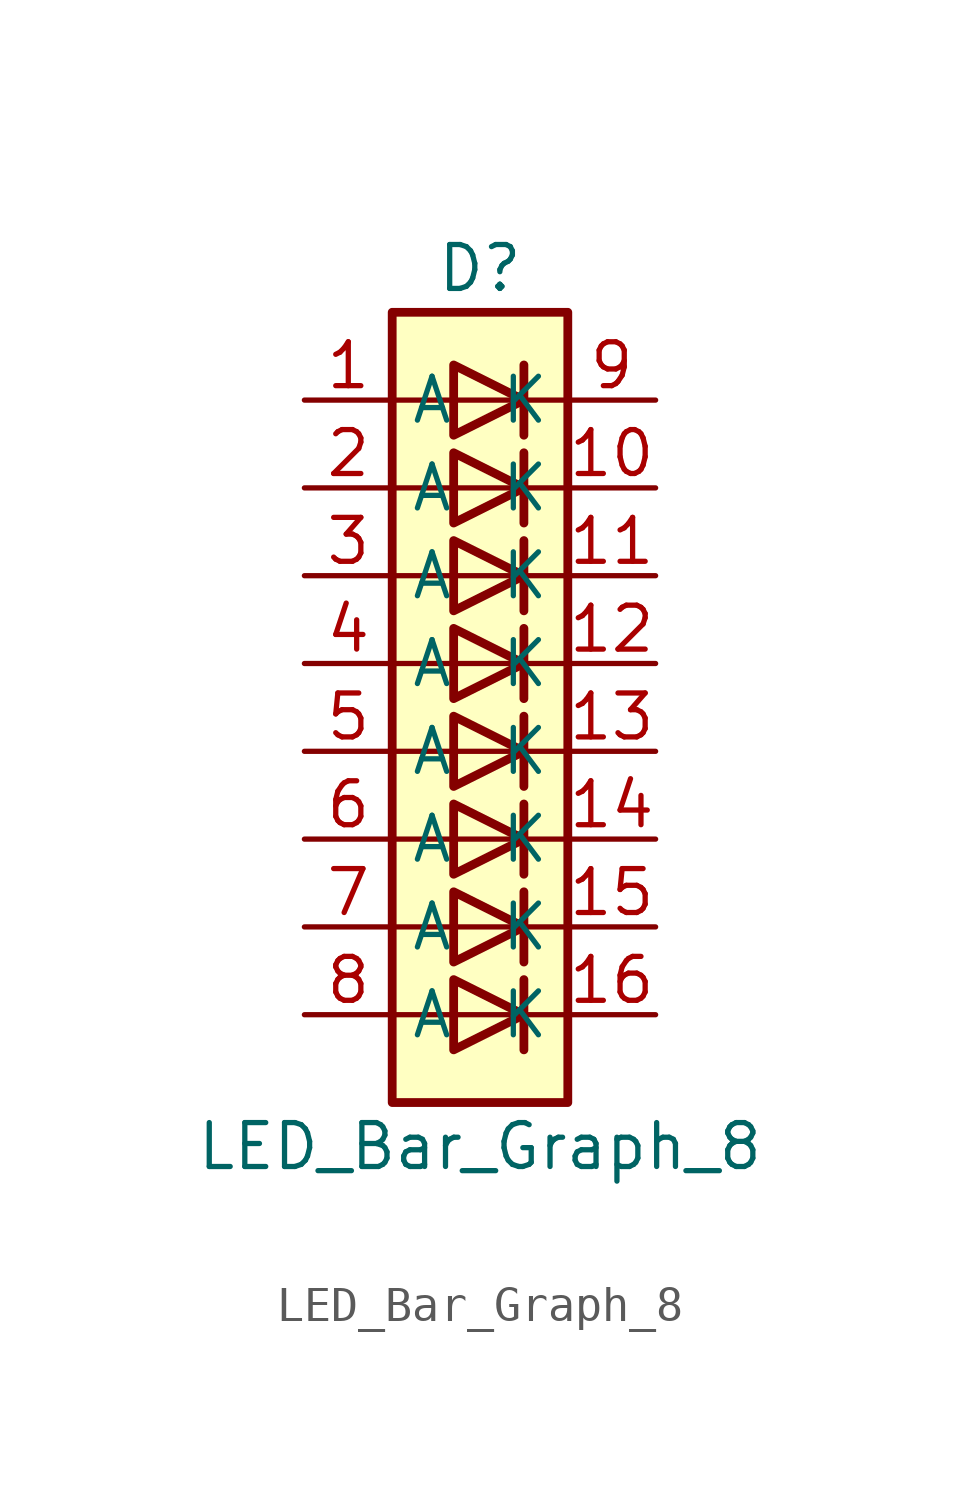
<source format=kicad_sym>
(kicad_symbol_lib
  (version 20211014)
  (generator kicad_symbol_editor)
  (symbol "LED_Bar_Graph_8"
    (property "Reference" "D"
      (at 5.08 3.81 0)
      (effects (font (size 1.27 1.27))))
    (property "Value" "LED_Bar_Graph_8"
      (at 5.08 -21.59 0)
      (effects (font (size 1.27 1.27))))
    (symbol "LED_Bar_Graph_8_0_1"
      (polyline (pts (xy 2.54 -17.78) (xy 7.62 -17.78)) (stroke (width 0) (type default) (color 0 0 0 0)) (fill (type none)))
      (polyline (pts (xy 2.54 -15.24) (xy 7.62 -15.24)) (stroke (width 0) (type default) (color 0 0 0 0)) (fill (type none)))
      (polyline (pts (xy 2.54 -10.16) (xy 7.62 -10.16)) (stroke (width 0) (type default) (color 0 0 0 0)) (fill (type none)))
      (polyline (pts (xy 2.54 -5.08) (xy 7.62 -5.08)) (stroke (width 0) (type default) (color 0 0 0 0)) (fill (type none)))
      (polyline (pts (xy 2.54 -2.54) (xy 7.62 -2.54)) (stroke (width 0) (type default) (color 0 0 0 0)) (fill (type none)))
      (polyline (pts (xy 2.54 0) (xy 7.62 0)) (stroke (width 0) (type default) (color 0 0 0 0)) (fill (type none)))
      (polyline (pts (xy 6.35 -16.764) (xy 6.35 -18.796)) (stroke (width 0.254) (type default) (color 0 0 0 0)) (fill (type none)))
      (polyline (pts (xy 6.35 -14.224) (xy 6.35 -16.256)) (stroke (width 0.254) (type default) (color 0 0 0 0)) (fill (type none)))
      (polyline (pts (xy 6.35 -11.684) (xy 6.35 -13.716)) (stroke (width 0.254) (type default) (color 0 0 0 0)) (fill (type none)))
      (polyline (pts (xy 6.35 -9.144) (xy 6.35 -11.176)) (stroke (width 0.254) (type default) (color 0 0 0 0)) (fill (type none)))
      (polyline (pts (xy 6.35 -6.604) (xy 6.35 -8.636)) (stroke (width 0.254) (type default) (color 0 0 0 0)) (fill (type none)))
      (polyline (pts (xy 6.35 -4.064) (xy 6.35 -6.096)) (stroke (width 0.254) (type default) (color 0 0 0 0)) (fill (type none)))
      (polyline (pts (xy 6.35 -1.524) (xy 6.35 -3.556)) (stroke (width 0.254) (type default) (color 0 0 0 0)) (fill (type none)))
      (polyline (pts (xy 6.35 1.016) (xy 6.35 -1.016)) (stroke (width 0.254) (type default) (color 0 0 0 0)) (fill (type none)))
      (polyline (pts (xy 7.62 -12.7) (xy 2.54 -12.7)) (stroke (width 0) (type default) (color 0 0 0 0)) (fill (type none)))
      (polyline (pts (xy 7.62 -7.62) (xy 2.54 -7.62)) (stroke (width 0) (type default) (color 0 0 0 0)) (fill (type none)))
      (polyline (pts (xy 4.318 -16.764) (xy 4.318 -18.796) (xy 6.35 -17.78) (xy 4.318 -16.764)) (stroke (width 0.254) (type default) (color 0 0 0 0)) (fill (type none)))
      (polyline (pts (xy 4.318 -14.224) (xy 4.318 -16.256) (xy 6.35 -15.24) (xy 4.318 -14.224)) (stroke (width 0.254) (type default) (color 0 0 0 0)) (fill (type none)))
      (polyline (pts (xy 4.318 -11.684) (xy 4.318 -13.716) (xy 6.35 -12.7) (xy 4.318 -11.684)) (stroke (width 0.254) (type default) (color 0 0 0 0)) (fill (type none)))
      (polyline (pts (xy 4.318 -9.144) (xy 4.318 -11.176) (xy 6.35 -10.16) (xy 4.318 -9.144)) (stroke (width 0.254) (type default) (color 0 0 0 0)) (fill (type none)))
      (polyline (pts (xy 4.318 -6.604) (xy 4.318 -8.636) (xy 6.35 -7.62) (xy 4.318 -6.604)) (stroke (width 0.254) (type default) (color 0 0 0 0)) (fill (type none)))
      (polyline (pts (xy 4.318 -4.064) (xy 4.318 -6.096) (xy 6.35 -5.08) (xy 4.318 -4.064)) (stroke (width 0.254) (type default) (color 0 0 0 0)) (fill (type none)))
      (polyline (pts (xy 4.318 -1.524) (xy 4.318 -3.556) (xy 6.35 -2.54) (xy 4.318 -1.524)) (stroke (width 0.254) (type default) (color 0 0 0 0)) (fill (type none)))
      (polyline (pts (xy 4.318 1.016) (xy 4.318 -1.016) (xy 6.35 0) (xy 4.318 1.016)) (stroke (width 0.254) (type default) (color 0 0 0 0)) (fill (type none)))
      (rectangle (start 2.54 2.54) (end 7.62 -20.32) (stroke (width 0.254) (type default) (color 0 0 0 0)) (fill (type background))))
    (symbol "LED_Bar_Graph_8_1_1"
      (pin passive line (at 0 0 0) (length 2.54) (name "A" (effects (font (size 1.27 1.27)))) (number "1" (effects (font (size 1.27 1.27)))))
      (pin passive line (at 10.16 -2.54 180) (length 2.54) (name "K" (effects (font (size 1.27 1.27)))) (number "10" (effects (font (size 1.27 1.27)))))
      (pin passive line (at 10.16 -5.08 180) (length 2.54) (name "K" (effects (font (size 1.27 1.27)))) (number "11" (effects (font (size 1.27 1.27)))))
      (pin passive line (at 10.16 -7.62 180) (length 2.54) (name "K" (effects (font (size 1.27 1.27)))) (number "12" (effects (font (size 1.27 1.27)))))
      (pin passive line (at 10.16 -10.16 180) (length 2.54) (name "K" (effects (font (size 1.27 1.27)))) (number "13" (effects (font (size 1.27 1.27)))))
      (pin passive line (at 10.16 -12.7 180) (length 2.54) (name "K" (effects (font (size 1.27 1.27)))) (number "14" (effects (font (size 1.27 1.27)))))
      (pin passive line (at 10.16 -15.24 180) (length 2.54) (name "K" (effects (font (size 1.27 1.27)))) (number "15" (effects (font (size 1.27 1.27)))))
      (pin passive line (at 10.16 -17.78 180) (length 2.54) (name "K" (effects (font (size 1.27 1.27)))) (number "16" (effects (font (size 1.27 1.27)))))
      (pin passive line (at 0 -2.54 0) (length 2.54) (name "A" (effects (font (size 1.27 1.27)))) (number "2" (effects (font (size 1.27 1.27)))))
      (pin passive line (at 0 -5.08 0) (length 2.54) (name "A" (effects (font (size 1.27 1.27)))) (number "3" (effects (font (size 1.27 1.27)))))
      (pin passive line (at 0 -7.62 0) (length 2.54) (name "A" (effects (font (size 1.27 1.27)))) (number "4" (effects (font (size 1.27 1.27)))))
      (pin passive line (at 0 -10.16 0) (length 2.54) (name "A" (effects (font (size 1.27 1.27)))) (number "5" (effects (font (size 1.27 1.27)))))
      (pin passive line (at 0 -12.7 0) (length 2.54) (name "A" (effects (font (size 1.27 1.27)))) (number "6" (effects (font (size 1.27 1.27)))))
      (pin passive line (at 0 -15.24 0) (length 2.54) (name "A" (effects (font (size 1.27 1.27)))) (number "7" (effects (font (size 1.27 1.27)))))
      (pin passive line (at 0 -17.78 0) (length 2.54) (name "A" (effects (font (size 1.27 1.27)))) (number "8" (effects (font (size 1.27 1.27)))))
      (pin passive line (at 10.16 0 180) (length 2.54) (name "K" (effects (font (size 1.27 1.27)))) (number "9" (effects (font (size 1.27 1.27))))))))
</source>
